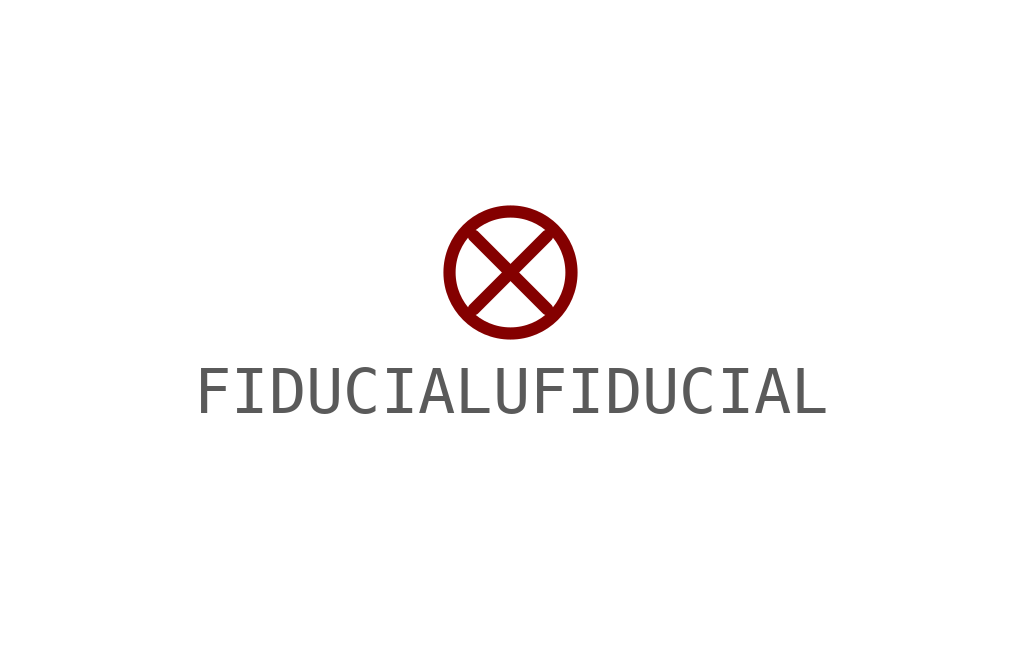
<source format=kicad_sym>
(kicad_symbol_lib
  (version 20211014)
  (generator kicad_symbol_editor)
  (symbol "FIDUCIALUFIDUCIAL"
    (property "Reference" "FID"
      (at 0 0 0)
      (effects (font (size 1.27 1.27)) hide))
    (property "ki_locked" ""
      (at 0 0 0)
      (effects (font (size 1.27 1.27))))
    (symbol "FIDUCIALUFIDUCIAL_1_0"
      (polyline (pts (xy -0.762 0.762) (xy 0.762 -0.762)) (stroke (width 0.254) (type default) (color 0 0 0 0)) (fill (type none)))
      (polyline (pts (xy 0.762 0.762) (xy -0.762 -0.762)) (stroke (width 0.254) (type default) (color 0 0 0 0)) (fill (type none)))
      (circle (center 0 0) (radius 1.27) (stroke (width 0.254) (type default) (color 0 0 0 0)) (fill (type none))))))
</source>
